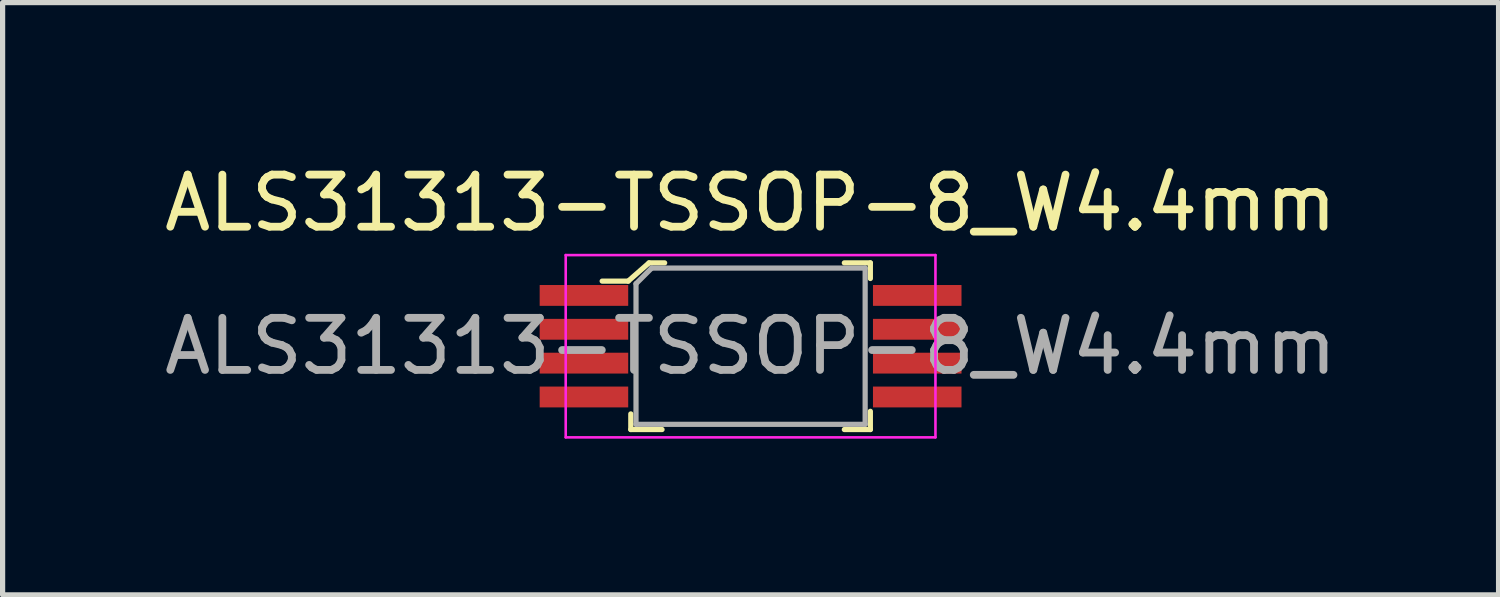
<source format=kicad_pcb>
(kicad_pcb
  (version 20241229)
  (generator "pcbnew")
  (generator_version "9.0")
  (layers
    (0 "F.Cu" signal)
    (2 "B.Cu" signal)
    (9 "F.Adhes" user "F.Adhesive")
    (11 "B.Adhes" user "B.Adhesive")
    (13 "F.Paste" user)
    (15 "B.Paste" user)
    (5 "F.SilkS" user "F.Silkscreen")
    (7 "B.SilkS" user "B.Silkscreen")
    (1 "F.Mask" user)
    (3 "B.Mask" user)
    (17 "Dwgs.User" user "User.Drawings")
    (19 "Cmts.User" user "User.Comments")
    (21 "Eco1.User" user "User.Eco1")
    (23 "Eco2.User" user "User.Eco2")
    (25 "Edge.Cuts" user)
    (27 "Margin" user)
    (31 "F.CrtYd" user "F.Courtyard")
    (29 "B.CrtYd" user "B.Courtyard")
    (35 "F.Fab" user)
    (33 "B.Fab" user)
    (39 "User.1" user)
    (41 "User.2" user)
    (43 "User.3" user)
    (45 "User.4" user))
  (footprint "ALS31313-TSSOP-8_W4.4mm"
    (layer "F.Cu")
    (at 11.363 3.598)
    (property "Reference" "ALS31313-TSSOP-8_W4.4mm" (at 0 -2.75 0) (layer "F.SilkS") (effects (font (size 1 1) (thickness 0.15))))
    (attr smd)
    (fp_line (start -2.35 -1.25) (end -2.85 -1.25) (stroke (width 0.1) (type solid)) (layer "F.SilkS"))
    (fp_line (start -2.3 1.3) (end -2.3 1.6) (stroke (width 0.1) (type solid)) (layer "F.SilkS"))
    (fp_line (start -2.3 1.6) (end -1.7 1.6) (stroke (width 0.1) (type solid)) (layer "F.SilkS"))
    (fp_line (start -1.95 -1.6) (end -2.35 -1.25) (stroke (width 0.1) (type solid)) (layer "F.SilkS"))
    (fp_line (start -1.65 -1.6) (end -1.95 -1.6) (stroke (width 0.1) (type solid)) (layer "F.SilkS"))
    (fp_line (start 2.3 -1.6) (end 1.8 -1.6) (stroke (width 0.1) (type solid)) (layer "F.SilkS"))
    (fp_line (start 2.3 -1.3) (end 2.3 -1.6) (stroke (width 0.1) (type solid)) (layer "F.SilkS"))
    (fp_line (start 2.3 1.25) (end 2.3 1.6) (stroke (width 0.1) (type solid)) (layer "F.SilkS"))
    (fp_line (start 2.3 1.6) (end 1.8 1.6) (stroke (width 0.1) (type solid)) (layer "F.SilkS"))
    (fp_line (start -3.55 -1.75) (end 3.55 -1.75) (stroke (width 0.05) (type solid)) (layer "F.CrtYd"))
    (fp_line (start -3.55 1.75) (end -3.55 -1.75) (stroke (width 0.05) (type solid)) (layer "F.CrtYd"))
    (fp_line (start 3.55 1.75) (end -3.55 1.75) (stroke (width 0.05) (type solid)) (layer "F.CrtYd"))
    (fp_line (start 3.55 1.75) (end 3.55 -1.75) (stroke (width 0.05) (type solid)) (layer "F.CrtYd"))
    (fp_line (start -2.2 -1.2) (end -2.2 1.5) (stroke (width 0.1) (type solid)) (layer "F.Fab"))
    (fp_line (start -2.2 -1.2) (end -1.9 -1.5) (stroke (width 0.1) (type solid)) (layer "F.Fab"))
    (fp_line (start -2.2 1.5) (end 2.2 1.5) (stroke (width 0.1) (type solid)) (layer "F.Fab"))
    (fp_line (start -1.9 -1.5) (end 2.2 -1.5) (stroke (width 0.1) (type solid)) (layer "F.Fab"))
    (fp_line (start 2.2 -1.5) (end 2.2 1.5) (stroke (width 0.1) (type solid)) (layer "F.Fab"))
    (fp_text user "${REFERENCE}" (at 0 0 0) (layer "F.Fab") (effects (font (size 1 1) (thickness 0.15))))
    (pad "1" smd rect (at -3.2 -0.975) (size 1.7 0.4) (layers "F.Cu" "F.Mask" "F.Paste"))
    (pad "2" smd rect (at -3.2 -0.325) (size 1.7 0.4) (layers "F.Cu" "F.Mask" "F.Paste"))
    (pad "3" smd rect (at -3.2 0.325) (size 1.7 0.4) (layers "F.Cu" "F.Mask" "F.Paste"))
    (pad "4" smd rect (at -3.2 0.975) (size 1.7 0.4) (layers "F.Cu" "F.Mask" "F.Paste"))
    (pad "5" smd rect (at 3.2 0.975) (size 1.7 0.4) (layers "F.Cu" "F.Mask" "F.Paste"))
    (pad "6" smd rect (at 3.2 0.325) (size 1.7 0.4) (layers "F.Cu" "F.Mask" "F.Paste"))
    (pad "7" smd rect (at 3.2 -0.325) (size 1.7 0.4) (layers "F.Cu" "F.Mask" "F.Paste"))
    (pad "8" smd rect (at 3.2 -0.975) (size 1.7 0.4) (layers "F.Cu" "F.Mask" "F.Paste")))
  (gr_rect
    (start -3 -3)
    (end 25.726 8.373)
    (stroke (width 0.1) (type default))
    (fill no)
    (layer "Edge.Cuts")))
</source>
